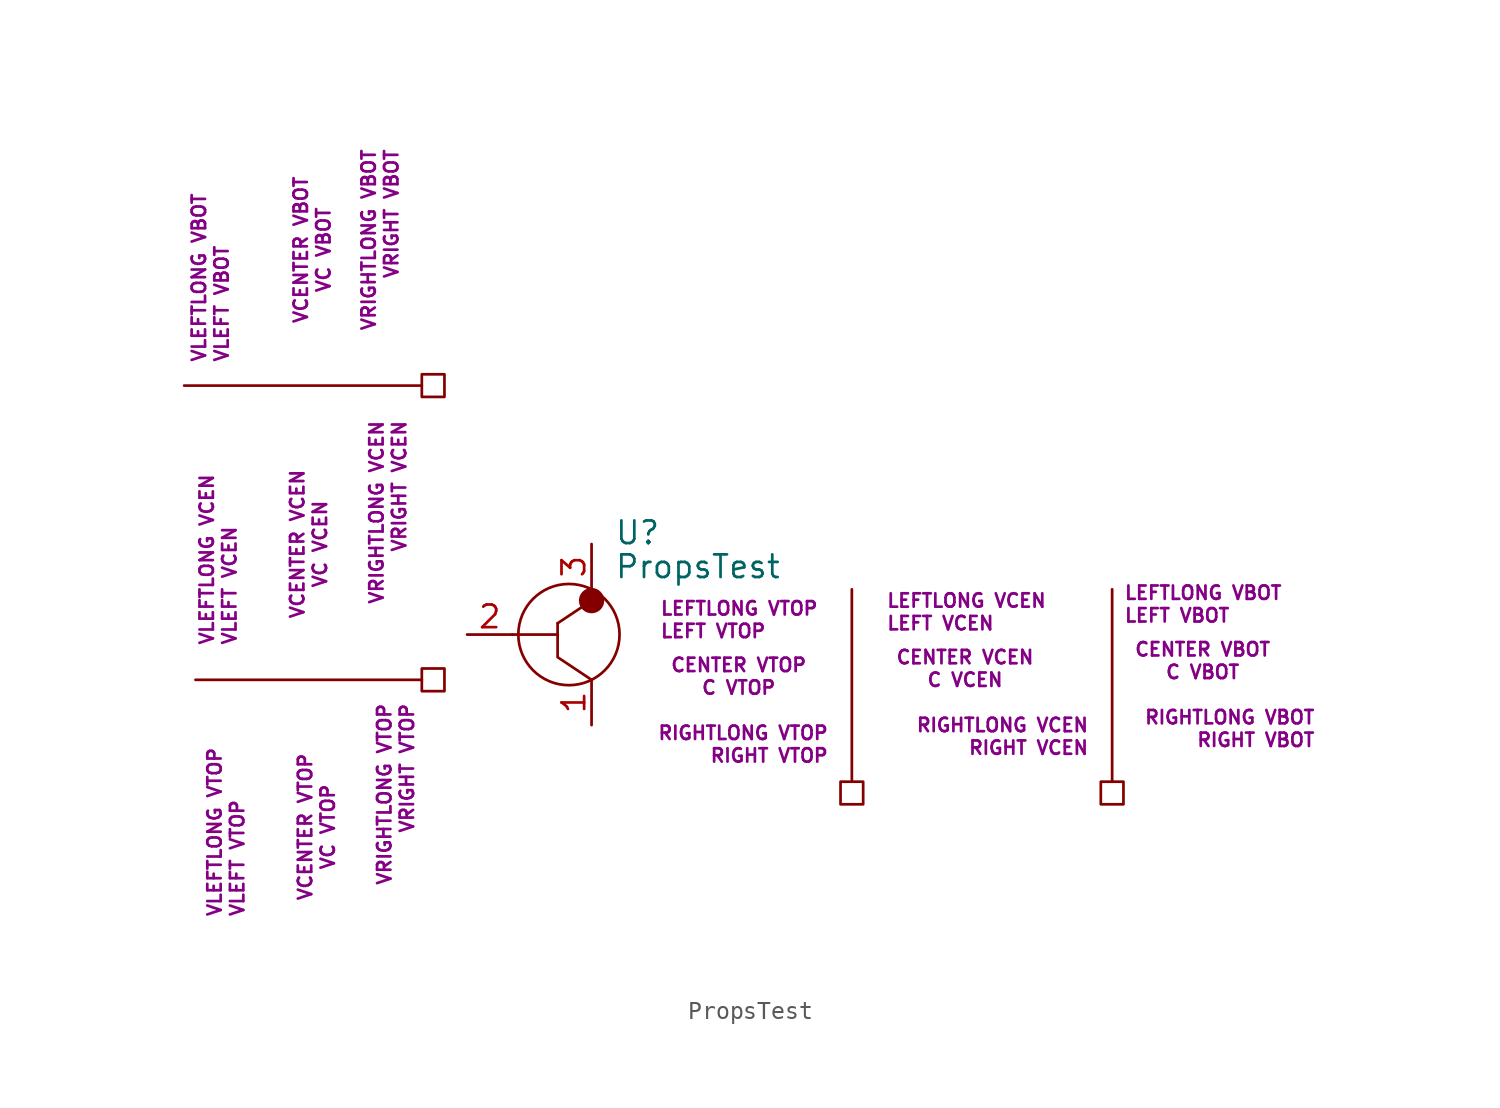
<source format=kicad_sym>
(kicad_symbol_lib
  (version 20211014)
  (generator kicad_symbol_editor)
  (symbol "PropsTest"
    (pin_names hide)
    (property "Reference" "U"
      (at 2.54 0.635 0)
      (effects (font (size 1.27 1.27)) (justify left)))
    (property "Value" "PropsTest"
      (at 2.54 -1.27 0)
      (effects (font (size 1.27 1.27)) (justify left)))
    (property "Field4" "LEFTLONG VTOP"
      (at 5.08 -3.175 0)
      (effects (font (size 0.75 0.75)) (justify left top)))
    (property "Field5" "LEFT VTOP"
      (at 5.08 -4.445 0)
      (effects (font (size 0.75 0.75)) (justify left top)))
    (property "Field6" "CENTER VTOP"
      (at 9.525 -6.35 0)
      (effects (font (size 0.75 0.75)) (justify top)))
    (property "Field7" "C VTOP"
      (at 9.525 -7.62 0)
      (effects (font (size 0.75 0.75)) (justify top)))
    (property "Field8" "RIGHTLONG VTOP"
      (at 14.605 -10.16 0)
      (effects (font (size 0.75 0.75)) (justify right top)))
    (property "Field9" "RIGHT VTOP"
      (at 14.605 -11.43 0)
      (effects (font (size 0.75 0.75)) (justify right top)))
    (property "Field10" "LEFTLONG VCEN"
      (at 17.78 -3.175 0)
      (effects (font (size 0.75 0.75)) (justify left)))
    (property "Field11" "LEFT VCEN"
      (at 17.78 -4.445 0)
      (effects (font (size 0.75 0.75)) (justify left)))
    (property "Field12" "CENTER VCEN"
      (at 22.225 -6.35 0)
      (effects (font (size 0.75 0.75))))
    (property "Field13" "C VCEN"
      (at 22.225 -7.62 0)
      (effects (font (size 0.75 0.75))))
    (property "Field14" "RIGHTLONG VCEN"
      (at 29.21 -10.16 0)
      (effects (font (size 0.75 0.75)) (justify right)))
    (property "Field15" "RIGHT VCEN"
      (at 29.21 -11.43 0)
      (effects (font (size 0.75 0.75)) (justify right)))
    (property "Field16" "LEFTLONG VBOT"
      (at 31.115 -3.175 0)
      (effects (font (size 0.75 0.75)) (justify left bottom)))
    (property "Field17" "LEFT VBOT"
      (at 31.115 -4.445 0)
      (effects (font (size 0.75 0.75)) (justify left bottom)))
    (property "Field18" "CENTER VBOT"
      (at 35.56 -6.35 0)
      (effects (font (size 0.75 0.75)) (justify bottom)))
    (property "Field19" "C VBOT"
      (at 35.56 -7.62 0)
      (effects (font (size 0.75 0.75)) (justify bottom)))
    (property "Field20" "RIGHTLONG VBOT"
      (at 41.91 -10.16 0)
      (effects (font (size 0.75 0.75)) (justify right bottom)))
    (property "Field21" "RIGHT VBOT"
      (at 41.91 -11.43 0)
      (effects (font (size 0.75 0.75)) (justify right bottom)))
    (property "Field22" "VLEFTLONG VTOP"
      (at -20.32 -20.955 90)
      (effects (font (size 0.75 0.75)) (justify left top)))
    (property "Field23" "VLEFT VTOP"
      (at -19.05 -20.955 90)
      (effects (font (size 0.75 0.75)) (justify left top)))
    (property "Field24" "VCENTER VTOP"
      (at -15.24 -15.875 90)
      (effects (font (size 0.75 0.75)) (justify top)))
    (property "Field25" "VC VTOP"
      (at -13.97 -15.875 90)
      (effects (font (size 0.75 0.75)) (justify top)))
    (property "Field26" "VRIGHTLONG VTOP"
      (at -10.795 -8.89 90)
      (effects (font (size 0.75 0.75)) (justify right top)))
    (property "Field27" "VRIGHT VTOP"
      (at -9.525 -8.89 90)
      (effects (font (size 0.75 0.75)) (justify right top)))
    (property "Field28" "VLEFTLONG VCEN"
      (at -20.32 -5.715 90)
      (effects (font (size 0.75 0.75)) (justify left)))
    (property "Field29" "VLEFT VCEN"
      (at -19.05 -5.715 90)
      (effects (font (size 0.75 0.75)) (justify left)))
    (property "Field30" "VCENTER VCEN"
      (at -15.24 0 90)
      (effects (font (size 0.75 0.75))))
    (property "Field31" "VC VCEN"
      (at -13.97 0 90)
      (effects (font (size 0.75 0.75))))
    (property "Field32" "VRIGHTLONG VCEN"
      (at -10.795 6.985 90)
      (effects (font (size 0.75 0.75)) (justify right)))
    (property "Field33" "VRIGHT VCEN"
      (at -9.525 6.985 90)
      (effects (font (size 0.75 0.75)) (justify right)))
    (property "Field34" "VLEFTLONG VBOT"
      (at -20.32 10.16 90)
      (effects (font (size 0.75 0.75)) (justify left bottom)))
    (property "Field35" "VLEFT VBOT"
      (at -19.05 10.16 90)
      (effects (font (size 0.75 0.75)) (justify left bottom)))
    (property "Field36" "VCENTER VBOT"
      (at -14.605 16.51 90)
      (effects (font (size 0.75 0.75)) (justify bottom)))
    (property "Field37" "VC VBOT"
      (at -13.335 16.51 90)
      (effects (font (size 0.75 0.75)) (justify bottom)))
    (property "Field38" "VRIGHTLONG VBOT"
      (at -10.795 22.225 90)
      (effects (font (size 0.75 0.75)) (justify right bottom)))
    (property "Field39" "VRIGHT VBOT"
      (at -9.525 22.225 90)
      (effects (font (size 0.75 0.75)) (justify right bottom)))
    (symbol "PropsTest_0_1"
      (rectangle (start -8.255 -8.255) (end -6.985 -6.985) (stroke (width 0) (type default) (color 0 0 0 0)) (fill (type none)))
      (rectangle (start -8.255 8.255) (end -6.985 9.525) (stroke (width 0) (type default) (color 0 0 0 0)) (fill (type none)))
      (circle (center 0 -5.08) (radius 2.84) (stroke (width 0) (type default) (color 0 0 0 0)) (fill (type none)))
      (polyline (pts (xy -21.59 8.89) (xy -8.255 8.89)) (stroke (width 0) (type default) (color 0 0 0 0)) (fill (type none)))
      (polyline (pts (xy -20.955 -7.62) (xy -8.255 -7.62)) (stroke (width 0) (type default) (color 0 0 0 0)) (fill (type none)))
      (polyline (pts (xy -0.635 -5.08) (xy -3.175 -5.08)) (stroke (width 0) (type default) (color 0 0 0 0)) (fill (type none)))
      (polyline (pts (xy -0.635 -4.445) (xy 1.27 -3.175)) (stroke (width 0) (type default) (color 0 0 0 0)) (fill (type none)))
      (polyline (pts (xy 15.875 -2.54) (xy 15.875 -13.335)) (stroke (width 0) (type default) (color 0 0 0 0)) (fill (type none)))
      (polyline (pts (xy 30.48 -2.54) (xy 30.48 -13.335)) (stroke (width 0) (type default) (color 0 0 0 0)) (fill (type none)))
      (polyline (pts (xy -0.635 -4.445) (xy -0.635 -6.35) (xy 1.27 -7.62)) (stroke (width 0) (type default) (color 0 0 0 0)) (fill (type none)))
      (circle (center 1.27 -3.175) (radius 0.635) (stroke (width 0) (type default) (color 0 0 0 0)) (fill (type outline)))
      (rectangle (start 15.24 -13.335) (end 16.51 -14.605) (stroke (width 0) (type default) (color 0 0 0 0)) (fill (type none)))
      (rectangle (start 29.845 -13.335) (end 31.115 -14.605) (stroke (width 0) (type default) (color 0 0 0 0)) (fill (type none))))
    (symbol "PropsTest_1_1"
      (pin input line (at 1.27 -10.16 90) (length 2.54) (name "1" (effects (font (size 1.27 1.27)))) (number "1" (effects (font (size 1.27 1.27)))))
      (pin input line (at -5.715 -5.08 0) (length 2.54) (name "2" (effects (font (size 1.27 1.27)))) (number "2" (effects (font (size 1.27 1.27)))))
      (pin input line (at 1.27 0 270) (length 2.54) (name "3" (effects (font (size 1.27 1.27)))) (number "3" (effects (font (size 1.27 1.27))))))))
</source>
